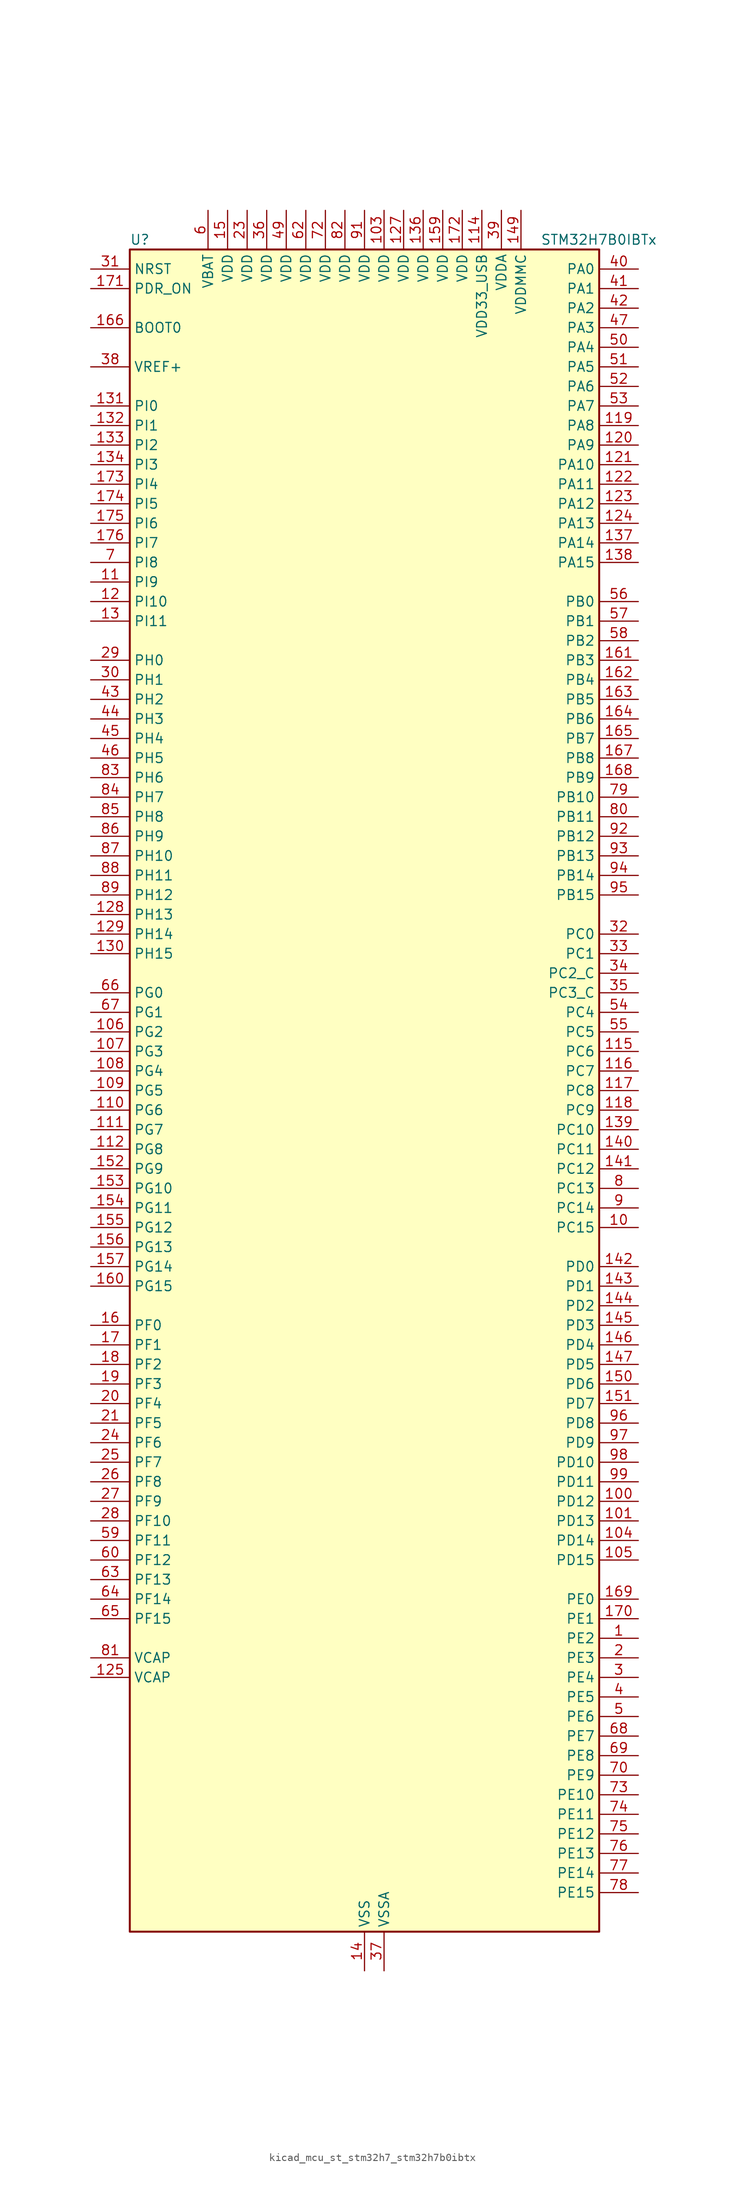
<source format=kicad_sym>
(kicad_symbol_lib
  (version 20220914)
  (generator kicad_symbol_editor)
  (symbol "kicad_mcu_st_stm32h7_stm32h7b0ibtx"
    (property "Reference" "U"
      (at -30.48 110.49 0)
      (effects (font (size 1.27 1.27)) (justify left)))
    (property "Value" "STM32H7B0IBTx"
      (at 22.86 110.49 0)
      (effects (font (size 1.27 1.27)) (justify left)))
    (property "ki_locked" ""
      (at 0 0 0)
      (effects (font (size 1.27 1.27))))
    (symbol "kicad_mcu_st_stm32h7_stm32h7b0ibtx_0_1"
      (rectangle (start -30.48 -109.22) (end 30.48 109.22) (stroke (width 0.254) (type default)) (fill (type background))))
    (symbol "kicad_mcu_st_stm32h7_stm32h7b0ibtx_1_1"
      (pin bidirectional line (at 35.56 -71.12 180) (length 5.08) (name "PE2" (effects (font (size 1.27 1.27)))) (number "1" (effects (font (size 1.27 1.27)))) (alternate "DEBUG_TRACECLK" bidirectional line) (alternate "FMC_A23" bidirectional line) (alternate "OCTOSPIM_P1_IO2" bidirectional line) (alternate "SAI1_CK1" bidirectional line) (alternate "SAI1_MCLK_A" bidirectional line) (alternate "SPI4_SCK" bidirectional line) (alternate "USART10_RX" bidirectional line))
      (pin bidirectional line (at 35.56 -17.78 180) (length 5.08) (name "PC15" (effects (font (size 1.27 1.27)))) (number "10" (effects (font (size 1.27 1.27)))) (alternate "ADC1_EXTI15" bidirectional line) (alternate "ADC2_EXTI15" bidirectional line) (alternate "RCC_OSC32_OUT" bidirectional line))
      (pin bidirectional line (at 35.56 -53.34 180) (length 5.08) (name "PD12" (effects (font (size 1.27 1.27)))) (number "100" (effects (font (size 1.27 1.27)))) (alternate "DCMI_D12" bidirectional line) (alternate "FMC_A17" bidirectional line) (alternate "FMC_ALE" bidirectional line) (alternate "I2C4_SCL" bidirectional line) (alternate "LPTIM1_IN1" bidirectional line) (alternate "LPTIM2_IN1" bidirectional line) (alternate "OCTOSPIM_P1_IO1" bidirectional line) (alternate "PSSI_D12" bidirectional line) (alternate "SAI2_FS_A" bidirectional line) (alternate "TIM4_CH1" bidirectional line) (alternate "USART3_DE" bidirectional line) (alternate "USART3_RTS" bidirectional line))
      (pin bidirectional line (at 35.56 -55.88 180) (length 5.08) (name "PD13" (effects (font (size 1.27 1.27)))) (number "101" (effects (font (size 1.27 1.27)))) (alternate "DCMI_D13" bidirectional line) (alternate "FMC_A18" bidirectional line) (alternate "I2C4_SDA" bidirectional line) (alternate "LPTIM1_OUT" bidirectional line) (alternate "OCTOSPIM_P1_IO3" bidirectional line) (alternate "PSSI_D13" bidirectional line) (alternate "SAI2_SCK_A" bidirectional line) (alternate "TIM4_CH2" bidirectional line) (alternate "UART9_DE" bidirectional line) (alternate "UART9_RTS" bidirectional line))
      (pin passive line (at 0 -114.3 90) (length 5.08) hide (name "VSS" (effects (font (size 1.27 1.27)))) (number "102" (effects (font (size 1.27 1.27)))))
      (pin power_in line (at 2.54 114.3 270) (length 5.08) (name "VDD" (effects (font (size 1.27 1.27)))) (number "103" (effects (font (size 1.27 1.27)))))
      (pin bidirectional line (at 35.56 -58.42 180) (length 5.08) (name "PD14" (effects (font (size 1.27 1.27)))) (number "104" (effects (font (size 1.27 1.27)))) (alternate "FMC_D0" bidirectional line) (alternate "FMC_DA0" bidirectional line) (alternate "TIM4_CH3" bidirectional line) (alternate "UART8_CTS" bidirectional line) (alternate "UART9_RX" bidirectional line))
      (pin bidirectional line (at 35.56 -60.96 180) (length 5.08) (name "PD15" (effects (font (size 1.27 1.27)))) (number "105" (effects (font (size 1.27 1.27)))) (alternate "ADC1_EXTI15" bidirectional line) (alternate "ADC2_EXTI15" bidirectional line) (alternate "FMC_D1" bidirectional line) (alternate "FMC_DA1" bidirectional line) (alternate "TIM4_CH4" bidirectional line) (alternate "UART8_DE" bidirectional line) (alternate "UART8_RTS" bidirectional line) (alternate "UART9_TX" bidirectional line))
      (pin bidirectional line (at -35.56 7.62 0) (length 5.08) (name "PG2" (effects (font (size 1.27 1.27)))) (number "106" (effects (font (size 1.27 1.27)))) (alternate "FMC_A12" bidirectional line) (alternate "TIM8_BKIN" bidirectional line) (alternate "TIM8_BKIN_COMP1" bidirectional line) (alternate "TIM8_BKIN_COMP2" bidirectional line))
      (pin bidirectional line (at -35.56 5.08 0) (length 5.08) (name "PG3" (effects (font (size 1.27 1.27)))) (number "107" (effects (font (size 1.27 1.27)))) (alternate "FMC_A13" bidirectional line) (alternate "TIM8_BKIN2" bidirectional line) (alternate "TIM8_BKIN2_COMP1" bidirectional line) (alternate "TIM8_BKIN2_COMP2" bidirectional line))
      (pin bidirectional line (at -35.56 2.54 0) (length 5.08) (name "PG4" (effects (font (size 1.27 1.27)))) (number "108" (effects (font (size 1.27 1.27)))) (alternate "FMC_A14" bidirectional line) (alternate "FMC_BA0" bidirectional line) (alternate "TIM1_BKIN2" bidirectional line) (alternate "TIM1_BKIN2_COMP1" bidirectional line) (alternate "TIM1_BKIN2_COMP2" bidirectional line))
      (pin bidirectional line (at -35.56 0 0) (length 5.08) (name "PG5" (effects (font (size 1.27 1.27)))) (number "109" (effects (font (size 1.27 1.27)))) (alternate "FMC_A15" bidirectional line) (alternate "FMC_BA1" bidirectional line) (alternate "TIM1_ETR" bidirectional line))
      (pin bidirectional line (at -35.56 66.04 0) (length 5.08) (name "PI9" (effects (font (size 1.27 1.27)))) (number "11" (effects (font (size 1.27 1.27)))) (alternate "DAC1_EXTI9" bidirectional line) (alternate "FDCAN1_RX" bidirectional line) (alternate "FMC_D30" bidirectional line) (alternate "LTDC_VSYNC" bidirectional line) (alternate "OCTOSPIM_P2_IO0" bidirectional line) (alternate "UART4_RX" bidirectional line))
      (pin bidirectional line (at -35.56 -2.54 0) (length 5.08) (name "PG6" (effects (font (size 1.27 1.27)))) (number "110" (effects (font (size 1.27 1.27)))) (alternate "DCMI_D12" bidirectional line) (alternate "FMC_NE3" bidirectional line) (alternate "LTDC_R7" bidirectional line) (alternate "OCTOSPIM_P1_NCS" bidirectional line) (alternate "PSSI_D12" bidirectional line) (alternate "TIM17_BKIN" bidirectional line))
      (pin bidirectional line (at -35.56 -5.08 0) (length 5.08) (name "PG7" (effects (font (size 1.27 1.27)))) (number "111" (effects (font (size 1.27 1.27)))) (alternate "DCMI_D13" bidirectional line) (alternate "FMC_INT" bidirectional line) (alternate "LTDC_CLK" bidirectional line) (alternate "OCTOSPIM_P2_DQS" bidirectional line) (alternate "PSSI_D13" bidirectional line) (alternate "SAI1_MCLK_A" bidirectional line) (alternate "USART6_CK" bidirectional line))
      (pin bidirectional line (at -35.56 -7.62 0) (length 5.08) (name "PG8" (effects (font (size 1.27 1.27)))) (number "112" (effects (font (size 1.27 1.27)))) (alternate "FMC_SDCLK" bidirectional line) (alternate "I2S6_WS" bidirectional line) (alternate "LTDC_G7" bidirectional line) (alternate "SPDIFRX_IN2" bidirectional line) (alternate "SPI6_NSS" bidirectional line) (alternate "TIM8_ETR" bidirectional line) (alternate "USART6_DE" bidirectional line) (alternate "USART6_RTS" bidirectional line))
      (pin passive line (at 0 -114.3 90) (length 5.08) hide (name "VSS" (effects (font (size 1.27 1.27)))) (number "113" (effects (font (size 1.27 1.27)))))
      (pin power_in line (at 15.24 114.3 270) (length 5.08) (name "VDD33_USB" (effects (font (size 1.27 1.27)))) (number "114" (effects (font (size 1.27 1.27)))))
      (pin bidirectional line (at 35.56 5.08 180) (length 5.08) (name "PC6" (effects (font (size 1.27 1.27)))) (number "115" (effects (font (size 1.27 1.27)))) (alternate "DCMI_D0" bidirectional line) (alternate "DFSDM1_CKIN3" bidirectional line) (alternate "FMC_NWAIT" bidirectional line) (alternate "I2S2_MCK" bidirectional line) (alternate "LTDC_HSYNC" bidirectional line) (alternate "PSSI_D0" bidirectional line) (alternate "SDMMC1_D0DIR" bidirectional line) (alternate "SDMMC1_D6" bidirectional line) (alternate "SDMMC2_D6" bidirectional line) (alternate "SWPMI1_IO" bidirectional line) (alternate "TIM3_CH1" bidirectional line) (alternate "TIM8_CH1" bidirectional line) (alternate "USART6_TX" bidirectional line))
      (pin bidirectional line (at 35.56 2.54 180) (length 5.08) (name "PC7" (effects (font (size 1.27 1.27)))) (number "116" (effects (font (size 1.27 1.27)))) (alternate "DCMI_D1" bidirectional line) (alternate "DEBUG_TRGIO" bidirectional line) (alternate "DFSDM1_DATIN3" bidirectional line) (alternate "FMC_NE1" bidirectional line) (alternate "I2S3_MCK" bidirectional line) (alternate "LTDC_G6" bidirectional line) (alternate "PSSI_D1" bidirectional line) (alternate "SDMMC1_D123DIR" bidirectional line) (alternate "SDMMC1_D7" bidirectional line) (alternate "SDMMC2_D7" bidirectional line) (alternate "SWPMI1_TX" bidirectional line) (alternate "TIM3_CH2" bidirectional line) (alternate "TIM8_CH2" bidirectional line) (alternate "USART6_RX" bidirectional line))
      (pin bidirectional line (at 35.56 0 180) (length 5.08) (name "PC8" (effects (font (size 1.27 1.27)))) (number "117" (effects (font (size 1.27 1.27)))) (alternate "DCMI_D2" bidirectional line) (alternate "DEBUG_TRACED1" bidirectional line) (alternate "FMC_INT" bidirectional line) (alternate "FMC_NCE" bidirectional line) (alternate "FMC_NE2" bidirectional line) (alternate "PSSI_D2" bidirectional line) (alternate "SDMMC1_D0" bidirectional line) (alternate "SWPMI1_RX" bidirectional line) (alternate "TIM3_CH3" bidirectional line) (alternate "TIM8_CH3" bidirectional line) (alternate "UART5_DE" bidirectional line) (alternate "UART5_RTS" bidirectional line) (alternate "USART6_CK" bidirectional line))
      (pin bidirectional line (at 35.56 -2.54 180) (length 5.08) (name "PC9" (effects (font (size 1.27 1.27)))) (number "118" (effects (font (size 1.27 1.27)))) (alternate "DAC1_EXTI9" bidirectional line) (alternate "DCMI_D3" bidirectional line) (alternate "I2C3_SDA" bidirectional line) (alternate "I2S_CKIN" bidirectional line) (alternate "LTDC_B2" bidirectional line) (alternate "LTDC_G3" bidirectional line) (alternate "OCTOSPIM_P1_IO0" bidirectional line) (alternate "PSSI_D3" bidirectional line) (alternate "RCC_MCO_2" bidirectional line) (alternate "SDMMC1_D1" bidirectional line) (alternate "SWPMI1_SUSPEND" bidirectional line) (alternate "TIM3_CH4" bidirectional line) (alternate "TIM8_CH4" bidirectional line) (alternate "UART5_CTS" bidirectional line))
      (pin bidirectional line (at 35.56 86.36 180) (length 5.08) (name "PA8" (effects (font (size 1.27 1.27)))) (number "119" (effects (font (size 1.27 1.27)))) (alternate "I2C3_SCL" bidirectional line) (alternate "LTDC_B3" bidirectional line) (alternate "LTDC_R6" bidirectional line) (alternate "RCC_MCO_1" bidirectional line) (alternate "TIM1_CH1" bidirectional line) (alternate "TIM8_BKIN2" bidirectional line) (alternate "TIM8_BKIN2_COMP1" bidirectional line) (alternate "TIM8_BKIN2_COMP2" bidirectional line) (alternate "UART7_RX" bidirectional line) (alternate "USART1_CK" bidirectional line) (alternate "USB_OTG_HS_SOF" bidirectional line))
      (pin bidirectional line (at -35.56 63.5 0) (length 5.08) (name "PI10" (effects (font (size 1.27 1.27)))) (number "12" (effects (font (size 1.27 1.27)))) (alternate "FMC_D31" bidirectional line) (alternate "LTDC_HSYNC" bidirectional line) (alternate "OCTOSPIM_P2_IO1" bidirectional line) (alternate "PSSI_D14" bidirectional line))
      (pin bidirectional line (at 35.56 83.82 180) (length 5.08) (name "PA9" (effects (font (size 1.27 1.27)))) (number "120" (effects (font (size 1.27 1.27)))) (alternate "DAC1_EXTI9" bidirectional line) (alternate "DCMI_D0" bidirectional line) (alternate "I2C3_SMBA" bidirectional line) (alternate "I2S2_CK" bidirectional line) (alternate "LPUART1_TX" bidirectional line) (alternate "LTDC_R5" bidirectional line) (alternate "PSSI_D0" bidirectional line) (alternate "SPI2_SCK" bidirectional line) (alternate "TIM1_CH2" bidirectional line) (alternate "USART1_TX" bidirectional line) (alternate "USB_OTG_HS_VBUS" bidirectional line))
      (pin bidirectional line (at 35.56 81.28 180) (length 5.08) (name "PA10" (effects (font (size 1.27 1.27)))) (number "121" (effects (font (size 1.27 1.27)))) (alternate "DCMI_D1" bidirectional line) (alternate "LPUART1_RX" bidirectional line) (alternate "LTDC_B1" bidirectional line) (alternate "LTDC_B4" bidirectional line) (alternate "MDIOS_MDIO" bidirectional line) (alternate "PSSI_D1" bidirectional line) (alternate "TIM1_CH3" bidirectional line) (alternate "USART1_RX" bidirectional line) (alternate "USB_OTG_HS_ID" bidirectional line))
      (pin bidirectional line (at 35.56 78.74 180) (length 5.08) (name "PA11" (effects (font (size 1.27 1.27)))) (number "122" (effects (font (size 1.27 1.27)))) (alternate "ADC1_EXTI11" bidirectional line) (alternate "ADC2_EXTI11" bidirectional line) (alternate "FDCAN1_RX" bidirectional line) (alternate "I2S2_WS" bidirectional line) (alternate "LPUART1_CTS" bidirectional line) (alternate "LTDC_R4" bidirectional line) (alternate "SPI2_NSS" bidirectional line) (alternate "TIM1_CH4" bidirectional line) (alternate "UART4_RX" bidirectional line) (alternate "USART1_CTS" bidirectional line) (alternate "USART1_NSS" bidirectional line) (alternate "USB_OTG_HS_DM" bidirectional line))
      (pin bidirectional line (at 35.56 76.2 180) (length 5.08) (name "PA12" (effects (font (size 1.27 1.27)))) (number "123" (effects (font (size 1.27 1.27)))) (alternate "FDCAN1_TX" bidirectional line) (alternate "I2S2_CK" bidirectional line) (alternate "LPUART1_DE" bidirectional line) (alternate "LPUART1_RTS" bidirectional line) (alternate "LTDC_R5" bidirectional line) (alternate "SAI2_FS_B" bidirectional line) (alternate "SPI2_SCK" bidirectional line) (alternate "TIM1_ETR" bidirectional line) (alternate "UART4_TX" bidirectional line) (alternate "USART1_DE" bidirectional line) (alternate "USART1_RTS" bidirectional line) (alternate "USB_OTG_HS_DP" bidirectional line))
      (pin bidirectional line (at 35.56 73.66 180) (length 5.08) (name "PA13" (effects (font (size 1.27 1.27)))) (number "124" (effects (font (size 1.27 1.27)))) (alternate "DEBUG_JTMS-SWDIO" bidirectional line))
      (pin power_out line (at -35.56 -76.2 0) (length 5.08) (name "VCAP" (effects (font (size 1.27 1.27)))) (number "125" (effects (font (size 1.27 1.27)))))
      (pin passive line (at 0 -114.3 90) (length 5.08) hide (name "VSS" (effects (font (size 1.27 1.27)))) (number "126" (effects (font (size 1.27 1.27)))))
      (pin power_in line (at 5.08 114.3 270) (length 5.08) (name "VDD" (effects (font (size 1.27 1.27)))) (number "127" (effects (font (size 1.27 1.27)))))
      (pin bidirectional line (at -35.56 22.86 0) (length 5.08) (name "PH13" (effects (font (size 1.27 1.27)))) (number "128" (effects (font (size 1.27 1.27)))) (alternate "FDCAN1_TX" bidirectional line) (alternate "FMC_D21" bidirectional line) (alternate "LTDC_G2" bidirectional line) (alternate "TIM8_CH1N" bidirectional line) (alternate "UART4_TX" bidirectional line))
      (pin bidirectional line (at -35.56 20.32 0) (length 5.08) (name "PH14" (effects (font (size 1.27 1.27)))) (number "129" (effects (font (size 1.27 1.27)))) (alternate "DCMI_D4" bidirectional line) (alternate "FDCAN1_RX" bidirectional line) (alternate "FMC_D22" bidirectional line) (alternate "LTDC_G3" bidirectional line) (alternate "PSSI_D4" bidirectional line) (alternate "TIM8_CH2N" bidirectional line) (alternate "UART4_RX" bidirectional line))
      (pin bidirectional line (at -35.56 60.96 0) (length 5.08) (name "PI11" (effects (font (size 1.27 1.27)))) (number "13" (effects (font (size 1.27 1.27)))) (alternate "ADC1_EXTI11" bidirectional line) (alternate "ADC2_EXTI11" bidirectional line) (alternate "LTDC_G6" bidirectional line) (alternate "OCTOSPIM_P2_IO2" bidirectional line) (alternate "PSSI_D15" bidirectional line) (alternate "PWR_WKUP5" bidirectional line) (alternate "USB_OTG_HS_ULPI_DIR" bidirectional line))
      (pin bidirectional line (at -35.56 17.78 0) (length 5.08) (name "PH15" (effects (font (size 1.27 1.27)))) (number "130" (effects (font (size 1.27 1.27)))) (alternate "ADC1_EXTI15" bidirectional line) (alternate "ADC2_EXTI15" bidirectional line) (alternate "DCMI_D11" bidirectional line) (alternate "FMC_D23" bidirectional line) (alternate "LTDC_G4" bidirectional line) (alternate "PSSI_D11" bidirectional line) (alternate "TIM8_CH3N" bidirectional line))
      (pin bidirectional line (at -35.56 88.9 0) (length 5.08) (name "PI0" (effects (font (size 1.27 1.27)))) (number "131" (effects (font (size 1.27 1.27)))) (alternate "DCMI_D13" bidirectional line) (alternate "FMC_D24" bidirectional line) (alternate "I2S2_WS" bidirectional line) (alternate "LTDC_G5" bidirectional line) (alternate "PSSI_D13" bidirectional line) (alternate "SPI2_NSS" bidirectional line) (alternate "TIM5_CH4" bidirectional line))
      (pin bidirectional line (at -35.56 86.36 0) (length 5.08) (name "PI1" (effects (font (size 1.27 1.27)))) (number "132" (effects (font (size 1.27 1.27)))) (alternate "DCMI_D8" bidirectional line) (alternate "FMC_D25" bidirectional line) (alternate "I2S2_CK" bidirectional line) (alternate "LTDC_G6" bidirectional line) (alternate "PSSI_D8" bidirectional line) (alternate "SPI2_SCK" bidirectional line) (alternate "TIM8_BKIN2" bidirectional line) (alternate "TIM8_BKIN2_COMP1" bidirectional line) (alternate "TIM8_BKIN2_COMP2" bidirectional line))
      (pin bidirectional line (at -35.56 83.82 0) (length 5.08) (name "PI2" (effects (font (size 1.27 1.27)))) (number "133" (effects (font (size 1.27 1.27)))) (alternate "DCMI_D9" bidirectional line) (alternate "FMC_D26" bidirectional line) (alternate "I2S2_SDI" bidirectional line) (alternate "LTDC_G7" bidirectional line) (alternate "PSSI_D9" bidirectional line) (alternate "SPI2_MISO" bidirectional line) (alternate "TIM8_CH4" bidirectional line))
      (pin bidirectional line (at -35.56 81.28 0) (length 5.08) (name "PI3" (effects (font (size 1.27 1.27)))) (number "134" (effects (font (size 1.27 1.27)))) (alternate "DCMI_D10" bidirectional line) (alternate "FMC_D27" bidirectional line) (alternate "I2S2_SDO" bidirectional line) (alternate "PSSI_D10" bidirectional line) (alternate "SPI2_MOSI" bidirectional line) (alternate "TIM8_ETR" bidirectional line))
      (pin passive line (at 0 -114.3 90) (length 5.08) hide (name "VSS" (effects (font (size 1.27 1.27)))) (number "135" (effects (font (size 1.27 1.27)))))
      (pin power_in line (at 7.62 114.3 270) (length 5.08) (name "VDD" (effects (font (size 1.27 1.27)))) (number "136" (effects (font (size 1.27 1.27)))))
      (pin bidirectional line (at 35.56 71.12 180) (length 5.08) (name "PA14" (effects (font (size 1.27 1.27)))) (number "137" (effects (font (size 1.27 1.27)))) (alternate "DEBUG_JTCK-SWCLK" bidirectional line))
      (pin bidirectional line (at 35.56 68.58 180) (length 5.08) (name "PA15" (effects (font (size 1.27 1.27)))) (number "138" (effects (font (size 1.27 1.27)))) (alternate "ADC1_EXTI15" bidirectional line) (alternate "ADC2_EXTI15" bidirectional line) (alternate "CEC" bidirectional line) (alternate "DEBUG_JTDI" bidirectional line) (alternate "I2S1_WS" bidirectional line) (alternate "I2S3_WS" bidirectional line) (alternate "I2S6_WS" bidirectional line) (alternate "LTDC_B6" bidirectional line) (alternate "LTDC_R3" bidirectional line) (alternate "SPI1_NSS" bidirectional line) (alternate "SPI3_NSS" bidirectional line) (alternate "SPI6_NSS" bidirectional line) (alternate "TIM2_CH1" bidirectional line) (alternate "TIM2_ETR" bidirectional line) (alternate "UART4_DE" bidirectional line) (alternate "UART4_RTS" bidirectional line) (alternate "UART7_TX" bidirectional line))
      (pin bidirectional line (at 35.56 -5.08 180) (length 5.08) (name "PC10" (effects (font (size 1.27 1.27)))) (number "139" (effects (font (size 1.27 1.27)))) (alternate "DCMI_D8" bidirectional line) (alternate "DFSDM1_CKIN5" bidirectional line) (alternate "DFSDM2_CKIN0" bidirectional line) (alternate "I2S3_CK" bidirectional line) (alternate "LTDC_B1" bidirectional line) (alternate "LTDC_R2" bidirectional line) (alternate "OCTOSPIM_P1_IO1" bidirectional line) (alternate "PSSI_D8" bidirectional line) (alternate "SDMMC1_D2" bidirectional line) (alternate "SPI3_SCK" bidirectional line) (alternate "SWPMI1_RX" bidirectional line) (alternate "UART4_TX" bidirectional line) (alternate "USART3_TX" bidirectional line))
      (pin power_in line (at 0 -114.3 90) (length 5.08) (name "VSS" (effects (font (size 1.27 1.27)))) (number "14" (effects (font (size 1.27 1.27)))))
      (pin bidirectional line (at 35.56 -7.62 180) (length 5.08) (name "PC11" (effects (font (size 1.27 1.27)))) (number "140" (effects (font (size 1.27 1.27)))) (alternate "ADC1_EXTI11" bidirectional line) (alternate "ADC2_EXTI11" bidirectional line) (alternate "DCMI_D4" bidirectional line) (alternate "DFSDM1_DATIN5" bidirectional line) (alternate "DFSDM2_DATIN0" bidirectional line) (alternate "I2S3_SDI" bidirectional line) (alternate "LTDC_B4" bidirectional line) (alternate "OCTOSPIM_P1_NCS" bidirectional line) (alternate "PSSI_D4" bidirectional line) (alternate "SDMMC1_D3" bidirectional line) (alternate "SPI3_MISO" bidirectional line) (alternate "UART4_RX" bidirectional line) (alternate "USART3_RX" bidirectional line))
      (pin bidirectional line (at 35.56 -10.16 180) (length 5.08) (name "PC12" (effects (font (size 1.27 1.27)))) (number "141" (effects (font (size 1.27 1.27)))) (alternate "DCMI_D9" bidirectional line) (alternate "DEBUG_TRACED3" bidirectional line) (alternate "DFSDM2_CKOUT" bidirectional line) (alternate "I2S3_SDO" bidirectional line) (alternate "I2S6_CK" bidirectional line) (alternate "LTDC_R6" bidirectional line) (alternate "PSSI_D9" bidirectional line) (alternate "SDMMC1_CK" bidirectional line) (alternate "SPI3_MOSI" bidirectional line) (alternate "SPI6_SCK" bidirectional line) (alternate "TIM15_CH1" bidirectional line) (alternate "UART5_TX" bidirectional line) (alternate "USART3_CK" bidirectional line))
      (pin bidirectional line (at 35.56 -22.86 180) (length 5.08) (name "PD0" (effects (font (size 1.27 1.27)))) (number "142" (effects (font (size 1.27 1.27)))) (alternate "DFSDM1_CKIN6" bidirectional line) (alternate "FDCAN1_RX" bidirectional line) (alternate "FMC_D2" bidirectional line) (alternate "FMC_DA2" bidirectional line) (alternate "LTDC_B1" bidirectional line) (alternate "UART4_RX" bidirectional line) (alternate "UART9_CTS" bidirectional line))
      (pin bidirectional line (at 35.56 -25.4 180) (length 5.08) (name "PD1" (effects (font (size 1.27 1.27)))) (number "143" (effects (font (size 1.27 1.27)))) (alternate "DFSDM1_DATIN6" bidirectional line) (alternate "FDCAN1_TX" bidirectional line) (alternate "FMC_D3" bidirectional line) (alternate "FMC_DA3" bidirectional line) (alternate "UART4_TX" bidirectional line))
      (pin bidirectional line (at 35.56 -27.94 180) (length 5.08) (name "PD2" (effects (font (size 1.27 1.27)))) (number "144" (effects (font (size 1.27 1.27)))) (alternate "DCMI_D11" bidirectional line) (alternate "DEBUG_TRACED2" bidirectional line) (alternate "LTDC_B2" bidirectional line) (alternate "LTDC_B7" bidirectional line) (alternate "PSSI_D11" bidirectional line) (alternate "SDMMC1_CMD" bidirectional line) (alternate "TIM15_BKIN" bidirectional line) (alternate "TIM3_ETR" bidirectional line) (alternate "UART5_RX" bidirectional line))
      (pin bidirectional line (at 35.56 -30.48 180) (length 5.08) (name "PD3" (effects (font (size 1.27 1.27)))) (number "145" (effects (font (size 1.27 1.27)))) (alternate "DCMI_D5" bidirectional line) (alternate "DFSDM1_CKOUT" bidirectional line) (alternate "FMC_CLK" bidirectional line) (alternate "I2S2_CK" bidirectional line) (alternate "LTDC_G7" bidirectional line) (alternate "PSSI_D5" bidirectional line) (alternate "SPI2_SCK" bidirectional line) (alternate "USART2_CTS" bidirectional line) (alternate "USART2_NSS" bidirectional line))
      (pin bidirectional line (at 35.56 -33.02 180) (length 5.08) (name "PD4" (effects (font (size 1.27 1.27)))) (number "146" (effects (font (size 1.27 1.27)))) (alternate "FMC_NOE" bidirectional line) (alternate "OCTOSPIM_P1_IO4" bidirectional line) (alternate "USART2_DE" bidirectional line) (alternate "USART2_RTS" bidirectional line))
      (pin bidirectional line (at 35.56 -35.56 180) (length 5.08) (name "PD5" (effects (font (size 1.27 1.27)))) (number "147" (effects (font (size 1.27 1.27)))) (alternate "FMC_NWE" bidirectional line) (alternate "OCTOSPIM_P1_IO5" bidirectional line) (alternate "USART2_TX" bidirectional line))
      (pin passive line (at 0 -114.3 90) (length 5.08) hide (name "VSS" (effects (font (size 1.27 1.27)))) (number "148" (effects (font (size 1.27 1.27)))))
      (pin power_in line (at 20.32 114.3 270) (length 5.08) (name "VDDMMC" (effects (font (size 1.27 1.27)))) (number "149" (effects (font (size 1.27 1.27)))))
      (pin power_in line (at -17.78 114.3 270) (length 5.08) (name "VDD" (effects (font (size 1.27 1.27)))) (number "15" (effects (font (size 1.27 1.27)))))
      (pin bidirectional line (at 35.56 -38.1 180) (length 5.08) (name "PD6" (effects (font (size 1.27 1.27)))) (number "150" (effects (font (size 1.27 1.27)))) (alternate "DCMI_D10" bidirectional line) (alternate "DFSDM1_CKIN4" bidirectional line) (alternate "DFSDM1_DATIN1" bidirectional line) (alternate "FMC_NWAIT" bidirectional line) (alternate "I2S3_SDO" bidirectional line) (alternate "LTDC_B2" bidirectional line) (alternate "OCTOSPIM_P1_IO6" bidirectional line) (alternate "PSSI_D10" bidirectional line) (alternate "SAI1_D1" bidirectional line) (alternate "SAI1_SD_A" bidirectional line) (alternate "SDMMC2_CK" bidirectional line) (alternate "SPI3_MOSI" bidirectional line) (alternate "USART2_RX" bidirectional line))
      (pin bidirectional line (at 35.56 -40.64 180) (length 5.08) (name "PD7" (effects (font (size 1.27 1.27)))) (number "151" (effects (font (size 1.27 1.27)))) (alternate "DFSDM1_CKIN1" bidirectional line) (alternate "DFSDM1_DATIN4" bidirectional line) (alternate "FMC_NE1" bidirectional line) (alternate "I2S1_SDO" bidirectional line) (alternate "OCTOSPIM_P1_IO7" bidirectional line) (alternate "SDMMC2_CMD" bidirectional line) (alternate "SPDIFRX_IN0" bidirectional line) (alternate "SPI1_MOSI" bidirectional line) (alternate "USART2_CK" bidirectional line))
      (pin bidirectional line (at -35.56 -10.16 0) (length 5.08) (name "PG9" (effects (font (size 1.27 1.27)))) (number "152" (effects (font (size 1.27 1.27)))) (alternate "DAC1_EXTI9" bidirectional line) (alternate "DCMI_VSYNC" bidirectional line) (alternate "FMC_NCE" bidirectional line) (alternate "FMC_NE2" bidirectional line) (alternate "I2S1_SDI" bidirectional line) (alternate "OCTOSPIM_P1_IO6" bidirectional line) (alternate "PSSI_RDY" bidirectional line) (alternate "SAI2_FS_B" bidirectional line) (alternate "SDMMC2_D0" bidirectional line) (alternate "SPDIFRX_IN3" bidirectional line) (alternate "SPI1_MISO" bidirectional line) (alternate "USART6_RX" bidirectional line))
      (pin bidirectional line (at -35.56 -12.7 0) (length 5.08) (name "PG10" (effects (font (size 1.27 1.27)))) (number "153" (effects (font (size 1.27 1.27)))) (alternate "DCMI_D2" bidirectional line) (alternate "FMC_NE3" bidirectional line) (alternate "I2S1_WS" bidirectional line) (alternate "LTDC_B2" bidirectional line) (alternate "LTDC_G3" bidirectional line) (alternate "OCTOSPIM_P2_IO6" bidirectional line) (alternate "PSSI_D2" bidirectional line) (alternate "SAI2_SD_B" bidirectional line) (alternate "SDMMC2_D1" bidirectional line) (alternate "SPI1_NSS" bidirectional line))
      (pin bidirectional line (at -35.56 -15.24 0) (length 5.08) (name "PG11" (effects (font (size 1.27 1.27)))) (number "154" (effects (font (size 1.27 1.27)))) (alternate "ADC1_EXTI11" bidirectional line) (alternate "ADC2_EXTI11" bidirectional line) (alternate "DCMI_D3" bidirectional line) (alternate "I2S1_CK" bidirectional line) (alternate "LPTIM1_IN2" bidirectional line) (alternate "LTDC_B3" bidirectional line) (alternate "OCTOSPIM_P2_IO7" bidirectional line) (alternate "PSSI_D3" bidirectional line) (alternate "SDMMC2_D2" bidirectional line) (alternate "SPDIFRX_IN0" bidirectional line) (alternate "SPI1_SCK" bidirectional line) (alternate "USART10_RX" bidirectional line))
      (pin bidirectional line (at -35.56 -17.78 0) (length 5.08) (name "PG12" (effects (font (size 1.27 1.27)))) (number "155" (effects (font (size 1.27 1.27)))) (alternate "FMC_NE4" bidirectional line) (alternate "I2S6_SDI" bidirectional line) (alternate "LPTIM1_IN1" bidirectional line) (alternate "LTDC_B1" bidirectional line) (alternate "LTDC_B4" bidirectional line) (alternate "OCTOSPIM_P2_NCS" bidirectional line) (alternate "SDMMC2_D3" bidirectional line) (alternate "SPDIFRX_IN1" bidirectional line) (alternate "SPI6_MISO" bidirectional line) (alternate "USART10_TX" bidirectional line) (alternate "USART6_DE" bidirectional line) (alternate "USART6_RTS" bidirectional line))
      (pin bidirectional line (at -35.56 -20.32 0) (length 5.08) (name "PG13" (effects (font (size 1.27 1.27)))) (number "156" (effects (font (size 1.27 1.27)))) (alternate "DEBUG_TRACED0" bidirectional line) (alternate "FMC_A24" bidirectional line) (alternate "I2S6_CK" bidirectional line) (alternate "LPTIM1_OUT" bidirectional line) (alternate "LTDC_R0" bidirectional line) (alternate "SDMMC2_D6" bidirectional line) (alternate "SPI6_SCK" bidirectional line) (alternate "USART10_CTS" bidirectional line) (alternate "USART10_NSS" bidirectional line) (alternate "USART6_CTS" bidirectional line) (alternate "USART6_NSS" bidirectional line))
      (pin bidirectional line (at -35.56 -22.86 0) (length 5.08) (name "PG14" (effects (font (size 1.27 1.27)))) (number "157" (effects (font (size 1.27 1.27)))) (alternate "DEBUG_TRACED1" bidirectional line) (alternate "FMC_A25" bidirectional line) (alternate "I2S6_SDO" bidirectional line) (alternate "LPTIM1_ETR" bidirectional line) (alternate "LTDC_B0" bidirectional line) (alternate "OCTOSPIM_P1_IO7" bidirectional line) (alternate "SDMMC2_D7" bidirectional line) (alternate "SPI6_MOSI" bidirectional line) (alternate "USART10_DE" bidirectional line) (alternate "USART10_RTS" bidirectional line) (alternate "USART6_TX" bidirectional line))
      (pin passive line (at 0 -114.3 90) (length 5.08) hide (name "VSS" (effects (font (size 1.27 1.27)))) (number "158" (effects (font (size 1.27 1.27)))))
      (pin power_in line (at 10.16 114.3 270) (length 5.08) (name "VDD" (effects (font (size 1.27 1.27)))) (number "159" (effects (font (size 1.27 1.27)))))
      (pin bidirectional line (at -35.56 -30.48 0) (length 5.08) (name "PF0" (effects (font (size 1.27 1.27)))) (number "16" (effects (font (size 1.27 1.27)))) (alternate "FMC_A0" bidirectional line) (alternate "I2C2_SDA" bidirectional line) (alternate "OCTOSPIM_P2_IO0" bidirectional line))
      (pin bidirectional line (at -35.56 -25.4 0) (length 5.08) (name "PG15" (effects (font (size 1.27 1.27)))) (number "160" (effects (font (size 1.27 1.27)))) (alternate "ADC1_EXTI15" bidirectional line) (alternate "ADC2_EXTI15" bidirectional line) (alternate "DCMI_D13" bidirectional line) (alternate "FMC_SDNCAS" bidirectional line) (alternate "OCTOSPIM_P2_DQS" bidirectional line) (alternate "PSSI_D13" bidirectional line) (alternate "USART10_CK" bidirectional line) (alternate "USART6_CTS" bidirectional line) (alternate "USART6_NSS" bidirectional line))
      (pin bidirectional line (at 35.56 55.88 180) (length 5.08) (name "PB3" (effects (font (size 1.27 1.27)))) (number "161" (effects (font (size 1.27 1.27)))) (alternate "CRS_SYNC" bidirectional line) (alternate "DEBUG_JTDO-SWO" bidirectional line) (alternate "I2S1_CK" bidirectional line) (alternate "I2S3_CK" bidirectional line) (alternate "I2S6_CK" bidirectional line) (alternate "SDMMC2_D2" bidirectional line) (alternate "SPI1_SCK" bidirectional line) (alternate "SPI3_SCK" bidirectional line) (alternate "SPI6_SCK" bidirectional line) (alternate "TIM2_CH2" bidirectional line) (alternate "UART7_RX" bidirectional line))
      (pin bidirectional line (at 35.56 53.34 180) (length 5.08) (name "PB4" (effects (font (size 1.27 1.27)))) (number "162" (effects (font (size 1.27 1.27)))) (alternate "DEBUG_JTRST" bidirectional line) (alternate "I2S1_SDI" bidirectional line) (alternate "I2S2_WS" bidirectional line) (alternate "I2S3_SDI" bidirectional line) (alternate "I2S6_SDI" bidirectional line) (alternate "SDMMC2_D3" bidirectional line) (alternate "SPI1_MISO" bidirectional line) (alternate "SPI2_NSS" bidirectional line) (alternate "SPI3_MISO" bidirectional line) (alternate "SPI6_MISO" bidirectional line) (alternate "TIM16_BKIN" bidirectional line) (alternate "TIM3_CH1" bidirectional line) (alternate "UART7_TX" bidirectional line))
      (pin bidirectional line (at 35.56 50.8 180) (length 5.08) (name "PB5" (effects (font (size 1.27 1.27)))) (number "163" (effects (font (size 1.27 1.27)))) (alternate "DCMI_D10" bidirectional line) (alternate "FDCAN2_RX" bidirectional line) (alternate "FMC_SDCKE1" bidirectional line) (alternate "I2C1_SMBA" bidirectional line) (alternate "I2C4_SMBA" bidirectional line) (alternate "I2S1_SDO" bidirectional line) (alternate "I2S3_SDO" bidirectional line) (alternate "I2S6_SDO" bidirectional line) (alternate "LTDC_B5" bidirectional line) (alternate "PSSI_D10" bidirectional line) (alternate "SPI1_MOSI" bidirectional line) (alternate "SPI3_MOSI" bidirectional line) (alternate "SPI6_MOSI" bidirectional line) (alternate "TIM17_BKIN" bidirectional line) (alternate "TIM3_CH2" bidirectional line) (alternate "UART5_RX" bidirectional line) (alternate "USB_OTG_HS_ULPI_D7" bidirectional line))
      (pin bidirectional line (at 35.56 48.26 180) (length 5.08) (name "PB6" (effects (font (size 1.27 1.27)))) (number "164" (effects (font (size 1.27 1.27)))) (alternate "CEC" bidirectional line) (alternate "DCMI_D5" bidirectional line) (alternate "DFSDM1_DATIN5" bidirectional line) (alternate "FDCAN2_TX" bidirectional line) (alternate "FMC_SDNE1" bidirectional line) (alternate "I2C1_SCL" bidirectional line) (alternate "I2C4_SCL" bidirectional line) (alternate "LPUART1_TX" bidirectional line) (alternate "OCTOSPIM_P1_NCS" bidirectional line) (alternate "PSSI_D5" bidirectional line) (alternate "TIM16_CH1N" bidirectional line) (alternate "TIM4_CH1" bidirectional line) (alternate "UART5_TX" bidirectional line) (alternate "USART1_TX" bidirectional line))
      (pin bidirectional line (at 35.56 45.72 180) (length 5.08) (name "PB7" (effects (font (size 1.27 1.27)))) (number "165" (effects (font (size 1.27 1.27)))) (alternate "DCMI_VSYNC" bidirectional line) (alternate "DFSDM1_CKIN5" bidirectional line) (alternate "FMC_NL" bidirectional line) (alternate "I2C1_SDA" bidirectional line) (alternate "I2C4_SDA" bidirectional line) (alternate "LPUART1_RX" bidirectional line) (alternate "PSSI_RDY" bidirectional line) (alternate "PWR_PVD_IN" bidirectional line) (alternate "TIM17_CH1N" bidirectional line) (alternate "TIM4_CH2" bidirectional line) (alternate "USART1_RX" bidirectional line))
      (pin input line (at -35.56 99.06 0) (length 5.08) (name "BOOT0" (effects (font (size 1.27 1.27)))) (number "166" (effects (font (size 1.27 1.27)))))
      (pin bidirectional line (at 35.56 43.18 180) (length 5.08) (name "PB8" (effects (font (size 1.27 1.27)))) (number "167" (effects (font (size 1.27 1.27)))) (alternate "DCMI_D6" bidirectional line) (alternate "DFSDM1_CKIN7" bidirectional line) (alternate "FDCAN1_RX" bidirectional line) (alternate "I2C1_SCL" bidirectional line) (alternate "I2C4_SCL" bidirectional line) (alternate "LTDC_B6" bidirectional line) (alternate "PSSI_D6" bidirectional line) (alternate "SDMMC1_CKIN" bidirectional line) (alternate "SDMMC1_D4" bidirectional line) (alternate "SDMMC2_D4" bidirectional line) (alternate "TIM16_CH1" bidirectional line) (alternate "TIM4_CH3" bidirectional line) (alternate "UART4_RX" bidirectional line))
      (pin bidirectional line (at 35.56 40.64 180) (length 5.08) (name "PB9" (effects (font (size 1.27 1.27)))) (number "168" (effects (font (size 1.27 1.27)))) (alternate "DAC1_EXTI9" bidirectional line) (alternate "DCMI_D7" bidirectional line) (alternate "DFSDM1_DATIN7" bidirectional line) (alternate "FDCAN1_TX" bidirectional line) (alternate "I2C1_SDA" bidirectional line) (alternate "I2C4_SDA" bidirectional line) (alternate "I2C4_SMBA" bidirectional line) (alternate "I2S2_WS" bidirectional line) (alternate "LTDC_B7" bidirectional line) (alternate "PSSI_D7" bidirectional line) (alternate "SDMMC1_CDIR" bidirectional line) (alternate "SDMMC1_D5" bidirectional line) (alternate "SDMMC2_D5" bidirectional line) (alternate "SPI2_NSS" bidirectional line) (alternate "TIM17_CH1" bidirectional line) (alternate "TIM4_CH4" bidirectional line) (alternate "UART4_TX" bidirectional line))
      (pin bidirectional line (at 35.56 -66.04 180) (length 5.08) (name "PE0" (effects (font (size 1.27 1.27)))) (number "169" (effects (font (size 1.27 1.27)))) (alternate "DCMI_D2" bidirectional line) (alternate "FMC_NBL0" bidirectional line) (alternate "LPTIM1_ETR" bidirectional line) (alternate "LPTIM2_ETR" bidirectional line) (alternate "LTDC_R0" bidirectional line) (alternate "PSSI_D2" bidirectional line) (alternate "SAI2_MCLK_A" bidirectional line) (alternate "TIM4_ETR" bidirectional line) (alternate "UART8_RX" bidirectional line))
      (pin bidirectional line (at -35.56 -33.02 0) (length 5.08) (name "PF1" (effects (font (size 1.27 1.27)))) (number "17" (effects (font (size 1.27 1.27)))) (alternate "FMC_A1" bidirectional line) (alternate "I2C2_SCL" bidirectional line) (alternate "OCTOSPIM_P2_IO1" bidirectional line))
      (pin bidirectional line (at 35.56 -68.58 180) (length 5.08) (name "PE1" (effects (font (size 1.27 1.27)))) (number "170" (effects (font (size 1.27 1.27)))) (alternate "DCMI_D3" bidirectional line) (alternate "FMC_NBL1" bidirectional line) (alternate "LPTIM1_IN2" bidirectional line) (alternate "LTDC_R6" bidirectional line) (alternate "PSSI_D3" bidirectional line) (alternate "UART8_TX" bidirectional line))
      (pin input line (at -35.56 104.14 0) (length 5.08) (name "PDR_ON" (effects (font (size 1.27 1.27)))) (number "171" (effects (font (size 1.27 1.27)))))
      (pin power_in line (at 12.7 114.3 270) (length 5.08) (name "VDD" (effects (font (size 1.27 1.27)))) (number "172" (effects (font (size 1.27 1.27)))))
      (pin bidirectional line (at -35.56 78.74 0) (length 5.08) (name "PI4" (effects (font (size 1.27 1.27)))) (number "173" (effects (font (size 1.27 1.27)))) (alternate "DCMI_D5" bidirectional line) (alternate "FMC_NBL2" bidirectional line) (alternate "LTDC_B4" bidirectional line) (alternate "PSSI_D5" bidirectional line) (alternate "SAI2_MCLK_A" bidirectional line) (alternate "TIM8_BKIN" bidirectional line) (alternate "TIM8_BKIN_COMP1" bidirectional line) (alternate "TIM8_BKIN_COMP2" bidirectional line))
      (pin bidirectional line (at -35.56 76.2 0) (length 5.08) (name "PI5" (effects (font (size 1.27 1.27)))) (number "174" (effects (font (size 1.27 1.27)))) (alternate "DCMI_VSYNC" bidirectional line) (alternate "FMC_NBL3" bidirectional line) (alternate "LTDC_B5" bidirectional line) (alternate "PSSI_RDY" bidirectional line) (alternate "SAI2_SCK_A" bidirectional line) (alternate "TIM8_CH1" bidirectional line))
      (pin bidirectional line (at -35.56 73.66 0) (length 5.08) (name "PI6" (effects (font (size 1.27 1.27)))) (number "175" (effects (font (size 1.27 1.27)))) (alternate "DCMI_D6" bidirectional line) (alternate "FMC_D28" bidirectional line) (alternate "LTDC_B6" bidirectional line) (alternate "PSSI_D6" bidirectional line) (alternate "SAI2_SD_A" bidirectional line) (alternate "TIM8_CH2" bidirectional line))
      (pin bidirectional line (at -35.56 71.12 0) (length 5.08) (name "PI7" (effects (font (size 1.27 1.27)))) (number "176" (effects (font (size 1.27 1.27)))) (alternate "DCMI_D7" bidirectional line) (alternate "FMC_D29" bidirectional line) (alternate "LTDC_B7" bidirectional line) (alternate "PSSI_D7" bidirectional line) (alternate "SAI2_FS_A" bidirectional line) (alternate "TIM8_CH3" bidirectional line))
      (pin bidirectional line (at -35.56 -35.56 0) (length 5.08) (name "PF2" (effects (font (size 1.27 1.27)))) (number "18" (effects (font (size 1.27 1.27)))) (alternate "FMC_A2" bidirectional line) (alternate "I2C2_SMBA" bidirectional line) (alternate "OCTOSPIM_P2_IO2" bidirectional line))
      (pin bidirectional line (at -35.56 -38.1 0) (length 5.08) (name "PF3" (effects (font (size 1.27 1.27)))) (number "19" (effects (font (size 1.27 1.27)))) (alternate "FMC_A3" bidirectional line) (alternate "OCTOSPIM_P2_IO3" bidirectional line))
      (pin bidirectional line (at 35.56 -73.66 180) (length 5.08) (name "PE3" (effects (font (size 1.27 1.27)))) (number "2" (effects (font (size 1.27 1.27)))) (alternate "DEBUG_TRACED0" bidirectional line) (alternate "FMC_A19" bidirectional line) (alternate "SAI1_SD_B" bidirectional line) (alternate "TIM15_BKIN" bidirectional line) (alternate "USART10_TX" bidirectional line))
      (pin bidirectional line (at -35.56 -40.64 0) (length 5.08) (name "PF4" (effects (font (size 1.27 1.27)))) (number "20" (effects (font (size 1.27 1.27)))) (alternate "FMC_A4" bidirectional line) (alternate "OCTOSPIM_P2_CLK" bidirectional line))
      (pin bidirectional line (at -35.56 -43.18 0) (length 5.08) (name "PF5" (effects (font (size 1.27 1.27)))) (number "21" (effects (font (size 1.27 1.27)))) (alternate "FMC_A5" bidirectional line) (alternate "OCTOSPIM_P2_NCLK" bidirectional line))
      (pin passive line (at 0 -114.3 90) (length 5.08) hide (name "VSS" (effects (font (size 1.27 1.27)))) (number "22" (effects (font (size 1.27 1.27)))))
      (pin power_in line (at -15.24 114.3 270) (length 5.08) (name "VDD" (effects (font (size 1.27 1.27)))) (number "23" (effects (font (size 1.27 1.27)))))
      (pin bidirectional line (at -35.56 -45.72 0) (length 5.08) (name "PF6" (effects (font (size 1.27 1.27)))) (number "24" (effects (font (size 1.27 1.27)))) (alternate "OCTOSPIM_P1_IO3" bidirectional line) (alternate "SAI1_SD_B" bidirectional line) (alternate "SPI5_NSS" bidirectional line) (alternate "TIM16_CH1" bidirectional line) (alternate "UART7_RX" bidirectional line))
      (pin bidirectional line (at -35.56 -48.26 0) (length 5.08) (name "PF7" (effects (font (size 1.27 1.27)))) (number "25" (effects (font (size 1.27 1.27)))) (alternate "OCTOSPIM_P1_IO2" bidirectional line) (alternate "SAI1_MCLK_B" bidirectional line) (alternate "SPI5_SCK" bidirectional line) (alternate "TIM17_CH1" bidirectional line) (alternate "UART7_TX" bidirectional line))
      (pin bidirectional line (at -35.56 -50.8 0) (length 5.08) (name "PF8" (effects (font (size 1.27 1.27)))) (number "26" (effects (font (size 1.27 1.27)))) (alternate "OCTOSPIM_P1_IO0" bidirectional line) (alternate "SAI1_SCK_B" bidirectional line) (alternate "SPI5_MISO" bidirectional line) (alternate "TIM13_CH1" bidirectional line) (alternate "TIM16_CH1N" bidirectional line) (alternate "UART7_DE" bidirectional line) (alternate "UART7_RTS" bidirectional line))
      (pin bidirectional line (at -35.56 -53.34 0) (length 5.08) (name "PF9" (effects (font (size 1.27 1.27)))) (number "27" (effects (font (size 1.27 1.27)))) (alternate "DAC1_EXTI9" bidirectional line) (alternate "OCTOSPIM_P1_IO1" bidirectional line) (alternate "SAI1_FS_B" bidirectional line) (alternate "SPI5_MOSI" bidirectional line) (alternate "TIM14_CH1" bidirectional line) (alternate "TIM17_CH1N" bidirectional line) (alternate "UART7_CTS" bidirectional line))
      (pin bidirectional line (at -35.56 -55.88 0) (length 5.08) (name "PF10" (effects (font (size 1.27 1.27)))) (number "28" (effects (font (size 1.27 1.27)))) (alternate "DCMI_D11" bidirectional line) (alternate "LTDC_DE" bidirectional line) (alternate "OCTOSPIM_P1_CLK" bidirectional line) (alternate "PSSI_D11" bidirectional line) (alternate "PSSI_D15" bidirectional line) (alternate "SAI1_D3" bidirectional line) (alternate "TIM16_BKIN" bidirectional line))
      (pin bidirectional line (at -35.56 55.88 0) (length 5.08) (name "PH0" (effects (font (size 1.27 1.27)))) (number "29" (effects (font (size 1.27 1.27)))) (alternate "RCC_OSC_IN" bidirectional line))
      (pin bidirectional line (at 35.56 -76.2 180) (length 5.08) (name "PE4" (effects (font (size 1.27 1.27)))) (number "3" (effects (font (size 1.27 1.27)))) (alternate "DCMI_D4" bidirectional line) (alternate "DEBUG_TRACED1" bidirectional line) (alternate "DFSDM1_DATIN3" bidirectional line) (alternate "FMC_A20" bidirectional line) (alternate "LTDC_B0" bidirectional line) (alternate "PSSI_D4" bidirectional line) (alternate "SAI1_D2" bidirectional line) (alternate "SAI1_FS_A" bidirectional line) (alternate "SPI4_NSS" bidirectional line) (alternate "TIM15_CH1N" bidirectional line))
      (pin bidirectional line (at -35.56 53.34 0) (length 5.08) (name "PH1" (effects (font (size 1.27 1.27)))) (number "30" (effects (font (size 1.27 1.27)))) (alternate "RCC_OSC_OUT" bidirectional line))
      (pin input line (at -35.56 106.68 0) (length 5.08) (name "NRST" (effects (font (size 1.27 1.27)))) (number "31" (effects (font (size 1.27 1.27)))))
      (pin bidirectional line (at 35.56 20.32 180) (length 5.08) (name "PC0" (effects (font (size 1.27 1.27)))) (number "32" (effects (font (size 1.27 1.27)))) (alternate "ADC1_INP10" bidirectional line) (alternate "ADC2_INP10" bidirectional line) (alternate "DFSDM1_CKIN0" bidirectional line) (alternate "DFSDM1_DATIN4" bidirectional line) (alternate "FMC_A25" bidirectional line) (alternate "FMC_SDNWE" bidirectional line) (alternate "LTDC_G2" bidirectional line) (alternate "LTDC_R5" bidirectional line) (alternate "SAI2_FS_B" bidirectional line) (alternate "USB_OTG_HS_ULPI_STP" bidirectional line))
      (pin bidirectional line (at 35.56 17.78 180) (length 5.08) (name "PC1" (effects (font (size 1.27 1.27)))) (number "33" (effects (font (size 1.27 1.27)))) (alternate "ADC1_INN10" bidirectional line) (alternate "ADC1_INP11" bidirectional line) (alternate "ADC2_INN10" bidirectional line) (alternate "ADC2_INP11" bidirectional line) (alternate "DEBUG_TRACED0" bidirectional line) (alternate "DFSDM1_CKIN4" bidirectional line) (alternate "DFSDM1_DATIN0" bidirectional line) (alternate "I2S2_SDO" bidirectional line) (alternate "LTDC_G5" bidirectional line) (alternate "MDIOS_MDC" bidirectional line) (alternate "OCTOSPIM_P1_IO4" bidirectional line) (alternate "PWR_WKUP6" bidirectional line) (alternate "RTC_TAMP3" bidirectional line) (alternate "SAI1_D1" bidirectional line) (alternate "SAI1_SD_A" bidirectional line) (alternate "SDMMC2_CK" bidirectional line) (alternate "SPI2_MOSI" bidirectional line))
      (pin bidirectional line (at 35.56 15.24 180) (length 5.08) (name "PC2_C" (effects (font (size 1.27 1.27)))) (number "34" (effects (font (size 1.27 1.27)))) (alternate "ADC2_INN1" bidirectional line) (alternate "ADC2_INP0" bidirectional line) (alternate "DFSDM1_CKIN1" bidirectional line) (alternate "DFSDM1_CKOUT" bidirectional line) (alternate "FMC_SDNE0" bidirectional line) (alternate "I2S2_SDI" bidirectional line) (alternate "OCTOSPIM_P1_IO2" bidirectional line) (alternate "OCTOSPIM_P1_IO5" bidirectional line) (alternate "PWR_CSTOP" bidirectional line) (alternate "SPI2_MISO" bidirectional line) (alternate "USB_OTG_HS_ULPI_DIR" bidirectional line))
      (pin bidirectional line (at 35.56 12.7 180) (length 5.08) (name "PC3_C" (effects (font (size 1.27 1.27)))) (number "35" (effects (font (size 1.27 1.27)))) (alternate "ADC2_INP1" bidirectional line) (alternate "DFSDM1_DATIN1" bidirectional line) (alternate "FMC_SDCKE0" bidirectional line) (alternate "I2S2_SDO" bidirectional line) (alternate "OCTOSPIM_P1_IO0" bidirectional line) (alternate "OCTOSPIM_P1_IO6" bidirectional line) (alternate "PWR_CSLEEP" bidirectional line) (alternate "SPI2_MOSI" bidirectional line) (alternate "USB_OTG_HS_ULPI_NXT" bidirectional line))
      (pin power_in line (at -12.7 114.3 270) (length 5.08) (name "VDD" (effects (font (size 1.27 1.27)))) (number "36" (effects (font (size 1.27 1.27)))))
      (pin power_in line (at 2.54 -114.3 90) (length 5.08) (name "VSSA" (effects (font (size 1.27 1.27)))) (number "37" (effects (font (size 1.27 1.27)))))
      (pin input line (at -35.56 93.98 0) (length 5.08) (name "VREF+" (effects (font (size 1.27 1.27)))) (number "38" (effects (font (size 1.27 1.27)))) (alternate "VREFBUF_OUT" bidirectional line))
      (pin power_in line (at 17.78 114.3 270) (length 5.08) (name "VDDA" (effects (font (size 1.27 1.27)))) (number "39" (effects (font (size 1.27 1.27)))))
      (pin bidirectional line (at 35.56 -78.74 180) (length 5.08) (name "PE5" (effects (font (size 1.27 1.27)))) (number "4" (effects (font (size 1.27 1.27)))) (alternate "DCMI_D6" bidirectional line) (alternate "DEBUG_TRACED2" bidirectional line) (alternate "DFSDM1_CKIN3" bidirectional line) (alternate "FMC_A21" bidirectional line) (alternate "LTDC_G0" bidirectional line) (alternate "PSSI_D6" bidirectional line) (alternate "SAI1_CK2" bidirectional line) (alternate "SAI1_SCK_A" bidirectional line) (alternate "SPI4_MISO" bidirectional line) (alternate "TIM15_CH1" bidirectional line))
      (pin bidirectional line (at 35.56 106.68 180) (length 5.08) (name "PA0" (effects (font (size 1.27 1.27)))) (number "40" (effects (font (size 1.27 1.27)))) (alternate "ADC1_INP16" bidirectional line) (alternate "I2S6_WS" bidirectional line) (alternate "PWR_WKUP1" bidirectional line) (alternate "SAI2_SD_B" bidirectional line) (alternate "SDMMC2_CMD" bidirectional line) (alternate "SPI6_NSS" bidirectional line) (alternate "TIM15_BKIN" bidirectional line) (alternate "TIM2_CH1" bidirectional line) (alternate "TIM2_ETR" bidirectional line) (alternate "TIM5_CH1" bidirectional line) (alternate "TIM8_ETR" bidirectional line) (alternate "UART4_TX" bidirectional line) (alternate "USART2_CTS" bidirectional line) (alternate "USART2_NSS" bidirectional line))
      (pin bidirectional line (at 35.56 104.14 180) (length 5.08) (name "PA1" (effects (font (size 1.27 1.27)))) (number "41" (effects (font (size 1.27 1.27)))) (alternate "ADC1_INN16" bidirectional line) (alternate "ADC1_INP17" bidirectional line) (alternate "LPTIM3_OUT" bidirectional line) (alternate "LTDC_R2" bidirectional line) (alternate "OCTOSPIM_P1_DQS" bidirectional line) (alternate "OCTOSPIM_P1_IO3" bidirectional line) (alternate "SAI2_MCLK_B" bidirectional line) (alternate "TIM15_CH1N" bidirectional line) (alternate "TIM2_CH2" bidirectional line) (alternate "TIM5_CH2" bidirectional line) (alternate "UART4_RX" bidirectional line) (alternate "USART2_DE" bidirectional line) (alternate "USART2_RTS" bidirectional line))
      (pin bidirectional line (at 35.56 101.6 180) (length 5.08) (name "PA2" (effects (font (size 1.27 1.27)))) (number "42" (effects (font (size 1.27 1.27)))) (alternate "ADC1_INP14" bidirectional line) (alternate "DFSDM2_CKIN1" bidirectional line) (alternate "LTDC_R1" bidirectional line) (alternate "MDIOS_MDIO" bidirectional line) (alternate "PWR_WKUP2" bidirectional line) (alternate "SAI2_SCK_B" bidirectional line) (alternate "TIM15_CH1" bidirectional line) (alternate "TIM2_CH3" bidirectional line) (alternate "TIM5_CH3" bidirectional line) (alternate "USART2_TX" bidirectional line))
      (pin bidirectional line (at -35.56 50.8 0) (length 5.08) (name "PH2" (effects (font (size 1.27 1.27)))) (number "43" (effects (font (size 1.27 1.27)))) (alternate "FMC_SDCKE0" bidirectional line) (alternate "LPTIM1_IN2" bidirectional line) (alternate "LTDC_R0" bidirectional line) (alternate "OCTOSPIM_P1_IO4" bidirectional line) (alternate "SAI2_SCK_B" bidirectional line))
      (pin bidirectional line (at -35.56 48.26 0) (length 5.08) (name "PH3" (effects (font (size 1.27 1.27)))) (number "44" (effects (font (size 1.27 1.27)))) (alternate "FMC_SDNE0" bidirectional line) (alternate "LTDC_R1" bidirectional line) (alternate "OCTOSPIM_P1_IO5" bidirectional line) (alternate "SAI2_MCLK_B" bidirectional line))
      (pin bidirectional line (at -35.56 45.72 0) (length 5.08) (name "PH4" (effects (font (size 1.27 1.27)))) (number "45" (effects (font (size 1.27 1.27)))) (alternate "I2C2_SCL" bidirectional line) (alternate "LTDC_G4" bidirectional line) (alternate "LTDC_G5" bidirectional line) (alternate "PSSI_D14" bidirectional line) (alternate "USB_OTG_HS_ULPI_NXT" bidirectional line))
      (pin bidirectional line (at -35.56 43.18 0) (length 5.08) (name "PH5" (effects (font (size 1.27 1.27)))) (number "46" (effects (font (size 1.27 1.27)))) (alternate "FMC_SDNWE" bidirectional line) (alternate "I2C2_SDA" bidirectional line) (alternate "SPI5_NSS" bidirectional line))
      (pin bidirectional line (at 35.56 99.06 180) (length 5.08) (name "PA3" (effects (font (size 1.27 1.27)))) (number "47" (effects (font (size 1.27 1.27)))) (alternate "ADC1_INP15" bidirectional line) (alternate "I2S6_MCK" bidirectional line) (alternate "LTDC_B2" bidirectional line) (alternate "LTDC_B5" bidirectional line) (alternate "OCTOSPIM_P1_CLK" bidirectional line) (alternate "TIM15_CH2" bidirectional line) (alternate "TIM2_CH4" bidirectional line) (alternate "TIM5_CH4" bidirectional line) (alternate "USART2_RX" bidirectional line) (alternate "USB_OTG_HS_ULPI_D0" bidirectional line))
      (pin passive line (at 0 -114.3 90) (length 5.08) hide (name "VSS" (effects (font (size 1.27 1.27)))) (number "48" (effects (font (size 1.27 1.27)))))
      (pin power_in line (at -10.16 114.3 270) (length 5.08) (name "VDD" (effects (font (size 1.27 1.27)))) (number "49" (effects (font (size 1.27 1.27)))))
      (pin bidirectional line (at 35.56 -81.28 180) (length 5.08) (name "PE6" (effects (font (size 1.27 1.27)))) (number "5" (effects (font (size 1.27 1.27)))) (alternate "DCMI_D7" bidirectional line) (alternate "DEBUG_TRACED3" bidirectional line) (alternate "FMC_A22" bidirectional line) (alternate "LTDC_G1" bidirectional line) (alternate "PSSI_D7" bidirectional line) (alternate "SAI1_D1" bidirectional line) (alternate "SAI1_SD_A" bidirectional line) (alternate "SAI2_MCLK_B" bidirectional line) (alternate "SPI4_MOSI" bidirectional line) (alternate "TIM15_CH2" bidirectional line) (alternate "TIM1_BKIN2" bidirectional line) (alternate "TIM1_BKIN2_COMP1" bidirectional line) (alternate "TIM1_BKIN2_COMP2" bidirectional line))
      (pin bidirectional line (at 35.56 96.52 180) (length 5.08) (name "PA4" (effects (font (size 1.27 1.27)))) (number "50" (effects (font (size 1.27 1.27)))) (alternate "ADC1_INP18" bidirectional line) (alternate "DAC1_OUT1" bidirectional line) (alternate "DCMI_HSYNC" bidirectional line) (alternate "I2S1_WS" bidirectional line) (alternate "I2S3_WS" bidirectional line) (alternate "I2S6_WS" bidirectional line) (alternate "LTDC_VSYNC" bidirectional line) (alternate "PSSI_DE" bidirectional line) (alternate "SPI1_NSS" bidirectional line) (alternate "SPI3_NSS" bidirectional line) (alternate "SPI6_NSS" bidirectional line) (alternate "TIM5_ETR" bidirectional line) (alternate "USART2_CK" bidirectional line))
      (pin bidirectional line (at 35.56 93.98 180) (length 5.08) (name "PA5" (effects (font (size 1.27 1.27)))) (number "51" (effects (font (size 1.27 1.27)))) (alternate "ADC1_INN18" bidirectional line) (alternate "ADC1_INP19" bidirectional line) (alternate "DAC1_OUT2" bidirectional line) (alternate "I2S1_CK" bidirectional line) (alternate "I2S6_CK" bidirectional line) (alternate "LTDC_R4" bidirectional line) (alternate "PSSI_D14" bidirectional line) (alternate "PWR_NDSTOP2" bidirectional line) (alternate "SPI1_SCK" bidirectional line) (alternate "SPI6_SCK" bidirectional line) (alternate "TIM2_CH1" bidirectional line) (alternate "TIM2_ETR" bidirectional line) (alternate "TIM8_CH1N" bidirectional line) (alternate "USB_OTG_HS_ULPI_CK" bidirectional line))
      (pin bidirectional line (at 35.56 91.44 180) (length 5.08) (name "PA6" (effects (font (size 1.27 1.27)))) (number "52" (effects (font (size 1.27 1.27)))) (alternate "ADC1_INP3" bidirectional line) (alternate "ADC2_INP3" bidirectional line) (alternate "DAC2_OUT1" bidirectional line) (alternate "DCMI_PIXCLK" bidirectional line) (alternate "I2S1_SDI" bidirectional line) (alternate "I2S6_SDI" bidirectional line) (alternate "LTDC_G2" bidirectional line) (alternate "MDIOS_MDC" bidirectional line) (alternate "OCTOSPIM_P1_IO3" bidirectional line) (alternate "PSSI_PDCK" bidirectional line) (alternate "SPI1_MISO" bidirectional line) (alternate "SPI6_MISO" bidirectional line) (alternate "TIM13_CH1" bidirectional line) (alternate "TIM1_BKIN" bidirectional line) (alternate "TIM1_BKIN_COMP1" bidirectional line) (alternate "TIM1_BKIN_COMP2" bidirectional line) (alternate "TIM3_CH1" bidirectional line) (alternate "TIM8_BKIN" bidirectional line) (alternate "TIM8_BKIN_COMP1" bidirectional line) (alternate "TIM8_BKIN_COMP2" bidirectional line))
      (pin bidirectional line (at 35.56 88.9 180) (length 5.08) (name "PA7" (effects (font (size 1.27 1.27)))) (number "53" (effects (font (size 1.27 1.27)))) (alternate "ADC1_INN3" bidirectional line) (alternate "ADC1_INP7" bidirectional line) (alternate "ADC2_INN3" bidirectional line) (alternate "ADC2_INP7" bidirectional line) (alternate "DFSDM2_DATIN1" bidirectional line) (alternate "FMC_SDNWE" bidirectional line) (alternate "I2S1_SDO" bidirectional line) (alternate "I2S6_SDO" bidirectional line) (alternate "LTDC_VSYNC" bidirectional line) (alternate "OCTOSPIM_P1_IO2" bidirectional line) (alternate "OPAMP1_VINM" bidirectional line) (alternate "SPI1_MOSI" bidirectional line) (alternate "SPI6_MOSI" bidirectional line) (alternate "TIM14_CH1" bidirectional line) (alternate "TIM1_CH1N" bidirectional line) (alternate "TIM3_CH2" bidirectional line) (alternate "TIM8_CH1N" bidirectional line))
      (pin bidirectional line (at 35.56 10.16 180) (length 5.08) (name "PC4" (effects (font (size 1.27 1.27)))) (number "54" (effects (font (size 1.27 1.27)))) (alternate "ADC1_INP4" bidirectional line) (alternate "ADC2_INP4" bidirectional line) (alternate "COMP1_INM" bidirectional line) (alternate "DFSDM1_CKIN2" bidirectional line) (alternate "FMC_SDNE0" bidirectional line) (alternate "I2S1_MCK" bidirectional line) (alternate "LTDC_R7" bidirectional line) (alternate "OPAMP1_VOUT" bidirectional line) (alternate "SPDIFRX_IN2" bidirectional line))
      (pin bidirectional line (at 35.56 7.62 180) (length 5.08) (name "PC5" (effects (font (size 1.27 1.27)))) (number "55" (effects (font (size 1.27 1.27)))) (alternate "ADC1_INN4" bidirectional line) (alternate "ADC1_INP8" bidirectional line) (alternate "ADC2_INN4" bidirectional line) (alternate "ADC2_INP8" bidirectional line) (alternate "COMP1_OUT" bidirectional line) (alternate "DFSDM1_DATIN2" bidirectional line) (alternate "FMC_SDCKE0" bidirectional line) (alternate "LTDC_DE" bidirectional line) (alternate "OCTOSPIM_P1_DQS" bidirectional line) (alternate "OPAMP1_VINM" bidirectional line) (alternate "PSSI_D15" bidirectional line) (alternate "SAI1_D3" bidirectional line) (alternate "SPDIFRX_IN3" bidirectional line))
      (pin bidirectional line (at 35.56 63.5 180) (length 5.08) (name "PB0" (effects (font (size 1.27 1.27)))) (number "56" (effects (font (size 1.27 1.27)))) (alternate "ADC1_INN5" bidirectional line) (alternate "ADC1_INP9" bidirectional line) (alternate "ADC2_INN5" bidirectional line) (alternate "ADC2_INP9" bidirectional line) (alternate "COMP1_INP" bidirectional line) (alternate "DFSDM1_CKOUT" bidirectional line) (alternate "DFSDM2_CKOUT" bidirectional line) (alternate "LTDC_G1" bidirectional line) (alternate "LTDC_R3" bidirectional line) (alternate "OCTOSPIM_P1_IO1" bidirectional line) (alternate "OPAMP1_VINP" bidirectional line) (alternate "TIM1_CH2N" bidirectional line) (alternate "TIM3_CH3" bidirectional line) (alternate "TIM8_CH2N" bidirectional line) (alternate "UART4_CTS" bidirectional line) (alternate "USB_OTG_HS_ULPI_D1" bidirectional line))
      (pin bidirectional line (at 35.56 60.96 180) (length 5.08) (name "PB1" (effects (font (size 1.27 1.27)))) (number "57" (effects (font (size 1.27 1.27)))) (alternate "ADC1_INP5" bidirectional line) (alternate "ADC2_INP5" bidirectional line) (alternate "COMP1_INM" bidirectional line) (alternate "DFSDM1_DATIN1" bidirectional line) (alternate "LTDC_G0" bidirectional line) (alternate "LTDC_R6" bidirectional line) (alternate "OCTOSPIM_P1_IO0" bidirectional line) (alternate "TIM1_CH3N" bidirectional line) (alternate "TIM3_CH4" bidirectional line) (alternate "TIM8_CH3N" bidirectional line) (alternate "USB_OTG_HS_ULPI_D2" bidirectional line))
      (pin bidirectional line (at 35.56 58.42 180) (length 5.08) (name "PB2" (effects (font (size 1.27 1.27)))) (number "58" (effects (font (size 1.27 1.27)))) (alternate "COMP1_INP" bidirectional line) (alternate "DFSDM1_CKIN1" bidirectional line) (alternate "I2S3_SDO" bidirectional line) (alternate "OCTOSPIM_P1_CLK" bidirectional line) (alternate "OCTOSPIM_P1_DQS" bidirectional line) (alternate "RTC_OUT_ALARM" bidirectional line) (alternate "RTC_OUT_CALIB" bidirectional line) (alternate "SAI1_D1" bidirectional line) (alternate "SAI1_SD_A" bidirectional line) (alternate "SPI3_MOSI" bidirectional line))
      (pin bidirectional line (at -35.56 -58.42 0) (length 5.08) (name "PF11" (effects (font (size 1.27 1.27)))) (number "59" (effects (font (size 1.27 1.27)))) (alternate "ADC1_EXTI11" bidirectional line) (alternate "ADC1_INP2" bidirectional line) (alternate "ADC2_EXTI11" bidirectional line) (alternate "DCMI_D12" bidirectional line) (alternate "FMC_SDNRAS" bidirectional line) (alternate "OCTOSPIM_P1_NCLK" bidirectional line) (alternate "PSSI_D12" bidirectional line) (alternate "SAI2_SD_B" bidirectional line) (alternate "SPI5_MOSI" bidirectional line))
      (pin power_in line (at -20.32 114.3 270) (length 5.08) (name "VBAT" (effects (font (size 1.27 1.27)))) (number "6" (effects (font (size 1.27 1.27)))))
      (pin bidirectional line (at -35.56 -60.96 0) (length 5.08) (name "PF12" (effects (font (size 1.27 1.27)))) (number "60" (effects (font (size 1.27 1.27)))) (alternate "ADC1_INN2" bidirectional line) (alternate "ADC1_INP6" bidirectional line) (alternate "FMC_A6" bidirectional line) (alternate "OCTOSPIM_P2_DQS" bidirectional line))
      (pin passive line (at 0 -114.3 90) (length 5.08) hide (name "VSS" (effects (font (size 1.27 1.27)))) (number "61" (effects (font (size 1.27 1.27)))))
      (pin power_in line (at -7.62 114.3 270) (length 5.08) (name "VDD" (effects (font (size 1.27 1.27)))) (number "62" (effects (font (size 1.27 1.27)))))
      (pin bidirectional line (at -35.56 -63.5 0) (length 5.08) (name "PF13" (effects (font (size 1.27 1.27)))) (number "63" (effects (font (size 1.27 1.27)))) (alternate "ADC2_INP2" bidirectional line) (alternate "DFSDM1_DATIN6" bidirectional line) (alternate "FMC_A7" bidirectional line) (alternate "I2C4_SMBA" bidirectional line))
      (pin bidirectional line (at -35.56 -66.04 0) (length 5.08) (name "PF14" (effects (font (size 1.27 1.27)))) (number "64" (effects (font (size 1.27 1.27)))) (alternate "ADC2_INN2" bidirectional line) (alternate "ADC2_INP6" bidirectional line) (alternate "DFSDM1_CKIN6" bidirectional line) (alternate "FMC_A8" bidirectional line) (alternate "I2C4_SCL" bidirectional line))
      (pin bidirectional line (at -35.56 -68.58 0) (length 5.08) (name "PF15" (effects (font (size 1.27 1.27)))) (number "65" (effects (font (size 1.27 1.27)))) (alternate "ADC1_EXTI15" bidirectional line) (alternate "ADC2_EXTI15" bidirectional line) (alternate "FMC_A9" bidirectional line) (alternate "I2C4_SDA" bidirectional line))
      (pin bidirectional line (at -35.56 12.7 0) (length 5.08) (name "PG0" (effects (font (size 1.27 1.27)))) (number "66" (effects (font (size 1.27 1.27)))) (alternate "FMC_A10" bidirectional line) (alternate "OCTOSPIM_P2_IO4" bidirectional line) (alternate "UART9_RX" bidirectional line))
      (pin bidirectional line (at -35.56 10.16 0) (length 5.08) (name "PG1" (effects (font (size 1.27 1.27)))) (number "67" (effects (font (size 1.27 1.27)))) (alternate "FMC_A11" bidirectional line) (alternate "OCTOSPIM_P2_IO5" bidirectional line) (alternate "OPAMP2_VINM" bidirectional line) (alternate "UART9_TX" bidirectional line))
      (pin bidirectional line (at 35.56 -83.82 180) (length 5.08) (name "PE7" (effects (font (size 1.27 1.27)))) (number "68" (effects (font (size 1.27 1.27)))) (alternate "COMP2_INM" bidirectional line) (alternate "DFSDM1_DATIN2" bidirectional line) (alternate "FMC_D4" bidirectional line) (alternate "FMC_DA4" bidirectional line) (alternate "OCTOSPIM_P1_IO4" bidirectional line) (alternate "OPAMP2_VOUT" bidirectional line) (alternate "TIM1_ETR" bidirectional line) (alternate "UART7_RX" bidirectional line))
      (pin bidirectional line (at 35.56 -86.36 180) (length 5.08) (name "PE8" (effects (font (size 1.27 1.27)))) (number "69" (effects (font (size 1.27 1.27)))) (alternate "COMP2_OUT" bidirectional line) (alternate "DFSDM1_CKIN2" bidirectional line) (alternate "FMC_D5" bidirectional line) (alternate "FMC_DA5" bidirectional line) (alternate "OCTOSPIM_P1_IO5" bidirectional line) (alternate "OPAMP2_VINM" bidirectional line) (alternate "TIM1_CH1N" bidirectional line) (alternate "UART7_TX" bidirectional line))
      (pin bidirectional line (at -35.56 68.58 0) (length 5.08) (name "PI8" (effects (font (size 1.27 1.27)))) (number "7" (effects (font (size 1.27 1.27)))) (alternate "PWR_WKUP3" bidirectional line) (alternate "RTC_OUT_ALARM" bidirectional line) (alternate "RTC_TAMP2" bidirectional line))
      (pin bidirectional line (at 35.56 -88.9 180) (length 5.08) (name "PE9" (effects (font (size 1.27 1.27)))) (number "70" (effects (font (size 1.27 1.27)))) (alternate "COMP2_INP" bidirectional line) (alternate "DAC1_EXTI9" bidirectional line) (alternate "DFSDM1_CKOUT" bidirectional line) (alternate "FMC_D6" bidirectional line) (alternate "FMC_DA6" bidirectional line) (alternate "OCTOSPIM_P1_IO6" bidirectional line) (alternate "OPAMP2_VINP" bidirectional line) (alternate "TIM1_CH1" bidirectional line) (alternate "UART7_DE" bidirectional line) (alternate "UART7_RTS" bidirectional line))
      (pin passive line (at 0 -114.3 90) (length 5.08) hide (name "VSS" (effects (font (size 1.27 1.27)))) (number "71" (effects (font (size 1.27 1.27)))))
      (pin power_in line (at -5.08 114.3 270) (length 5.08) (name "VDD" (effects (font (size 1.27 1.27)))) (number "72" (effects (font (size 1.27 1.27)))))
      (pin bidirectional line (at 35.56 -91.44 180) (length 5.08) (name "PE10" (effects (font (size 1.27 1.27)))) (number "73" (effects (font (size 1.27 1.27)))) (alternate "COMP2_INM" bidirectional line) (alternate "DFSDM1_DATIN4" bidirectional line) (alternate "FMC_D7" bidirectional line) (alternate "FMC_DA7" bidirectional line) (alternate "OCTOSPIM_P1_IO7" bidirectional line) (alternate "TIM1_CH2N" bidirectional line) (alternate "UART7_CTS" bidirectional line))
      (pin bidirectional line (at 35.56 -93.98 180) (length 5.08) (name "PE11" (effects (font (size 1.27 1.27)))) (number "74" (effects (font (size 1.27 1.27)))) (alternate "ADC1_EXTI11" bidirectional line) (alternate "ADC2_EXTI11" bidirectional line) (alternate "COMP2_INP" bidirectional line) (alternate "DFSDM1_CKIN4" bidirectional line) (alternate "FMC_D8" bidirectional line) (alternate "FMC_DA8" bidirectional line) (alternate "LTDC_G3" bidirectional line) (alternate "OCTOSPIM_P1_NCS" bidirectional line) (alternate "SAI2_SD_B" bidirectional line) (alternate "SPI4_NSS" bidirectional line) (alternate "TIM1_CH2" bidirectional line))
      (pin bidirectional line (at 35.56 -96.52 180) (length 5.08) (name "PE12" (effects (font (size 1.27 1.27)))) (number "75" (effects (font (size 1.27 1.27)))) (alternate "COMP1_OUT" bidirectional line) (alternate "DFSDM1_DATIN5" bidirectional line) (alternate "FMC_D9" bidirectional line) (alternate "FMC_DA9" bidirectional line) (alternate "LTDC_B4" bidirectional line) (alternate "SAI2_SCK_B" bidirectional line) (alternate "SPI4_SCK" bidirectional line) (alternate "TIM1_CH3N" bidirectional line))
      (pin bidirectional line (at 35.56 -99.06 180) (length 5.08) (name "PE13" (effects (font (size 1.27 1.27)))) (number "76" (effects (font (size 1.27 1.27)))) (alternate "COMP2_OUT" bidirectional line) (alternate "DFSDM1_CKIN5" bidirectional line) (alternate "FMC_D10" bidirectional line) (alternate "FMC_DA10" bidirectional line) (alternate "LTDC_DE" bidirectional line) (alternate "SAI2_FS_B" bidirectional line) (alternate "SPI4_MISO" bidirectional line) (alternate "TIM1_CH3" bidirectional line))
      (pin bidirectional line (at 35.56 -101.6 180) (length 5.08) (name "PE14" (effects (font (size 1.27 1.27)))) (number "77" (effects (font (size 1.27 1.27)))) (alternate "FMC_D11" bidirectional line) (alternate "FMC_DA11" bidirectional line) (alternate "LTDC_CLK" bidirectional line) (alternate "SAI2_MCLK_B" bidirectional line) (alternate "SPI4_MOSI" bidirectional line) (alternate "TIM1_CH4" bidirectional line))
      (pin bidirectional line (at 35.56 -104.14 180) (length 5.08) (name "PE15" (effects (font (size 1.27 1.27)))) (number "78" (effects (font (size 1.27 1.27)))) (alternate "ADC1_EXTI15" bidirectional line) (alternate "ADC2_EXTI15" bidirectional line) (alternate "FMC_D12" bidirectional line) (alternate "FMC_DA12" bidirectional line) (alternate "LTDC_R7" bidirectional line) (alternate "TIM1_BKIN" bidirectional line) (alternate "TIM1_BKIN_COMP1" bidirectional line) (alternate "TIM1_BKIN_COMP2" bidirectional line) (alternate "USART10_CK" bidirectional line))
      (pin bidirectional line (at 35.56 38.1 180) (length 5.08) (name "PB10" (effects (font (size 1.27 1.27)))) (number "79" (effects (font (size 1.27 1.27)))) (alternate "DFSDM1_DATIN7" bidirectional line) (alternate "I2C2_SCL" bidirectional line) (alternate "I2S2_CK" bidirectional line) (alternate "LPTIM2_IN1" bidirectional line) (alternate "LTDC_G4" bidirectional line) (alternate "OCTOSPIM_P1_NCS" bidirectional line) (alternate "SPI2_SCK" bidirectional line) (alternate "TIM2_CH3" bidirectional line) (alternate "USART3_TX" bidirectional line) (alternate "USB_OTG_HS_ULPI_D3" bidirectional line))
      (pin bidirectional line (at 35.56 -12.7 180) (length 5.08) (name "PC13" (effects (font (size 1.27 1.27)))) (number "8" (effects (font (size 1.27 1.27)))) (alternate "PWR_WKUP4" bidirectional line) (alternate "RTC_OUT_ALARM" bidirectional line) (alternate "RTC_OUT_CALIB" bidirectional line) (alternate "RTC_TAMP1" bidirectional line) (alternate "RTC_TS" bidirectional line))
      (pin bidirectional line (at 35.56 35.56 180) (length 5.08) (name "PB11" (effects (font (size 1.27 1.27)))) (number "80" (effects (font (size 1.27 1.27)))) (alternate "ADC1_EXTI11" bidirectional line) (alternate "ADC2_EXTI11" bidirectional line) (alternate "DFSDM1_CKIN7" bidirectional line) (alternate "I2C2_SDA" bidirectional line) (alternate "LPTIM2_ETR" bidirectional line) (alternate "LTDC_G5" bidirectional line) (alternate "TIM2_CH4" bidirectional line) (alternate "USART3_RX" bidirectional line) (alternate "USB_OTG_HS_ULPI_D4" bidirectional line))
      (pin power_out line (at -35.56 -73.66 0) (length 5.08) (name "VCAP" (effects (font (size 1.27 1.27)))) (number "81" (effects (font (size 1.27 1.27)))))
      (pin power_in line (at -2.54 114.3 270) (length 5.08) (name "VDD" (effects (font (size 1.27 1.27)))) (number "82" (effects (font (size 1.27 1.27)))))
      (pin bidirectional line (at -35.56 40.64 0) (length 5.08) (name "PH6" (effects (font (size 1.27 1.27)))) (number "83" (effects (font (size 1.27 1.27)))) (alternate "DCMI_D8" bidirectional line) (alternate "FMC_SDNE1" bidirectional line) (alternate "I2C2_SMBA" bidirectional line) (alternate "PSSI_D8" bidirectional line) (alternate "SPI5_SCK" bidirectional line) (alternate "TIM12_CH1" bidirectional line))
      (pin bidirectional line (at -35.56 38.1 0) (length 5.08) (name "PH7" (effects (font (size 1.27 1.27)))) (number "84" (effects (font (size 1.27 1.27)))) (alternate "DCMI_D9" bidirectional line) (alternate "FMC_SDCKE1" bidirectional line) (alternate "I2C3_SCL" bidirectional line) (alternate "PSSI_D9" bidirectional line) (alternate "SPI5_MISO" bidirectional line))
      (pin bidirectional line (at -35.56 35.56 0) (length 5.08) (name "PH8" (effects (font (size 1.27 1.27)))) (number "85" (effects (font (size 1.27 1.27)))) (alternate "DCMI_HSYNC" bidirectional line) (alternate "FMC_D16" bidirectional line) (alternate "I2C3_SDA" bidirectional line) (alternate "LTDC_R2" bidirectional line) (alternate "PSSI_DE" bidirectional line) (alternate "TIM5_ETR" bidirectional line))
      (pin bidirectional line (at -35.56 33.02 0) (length 5.08) (name "PH9" (effects (font (size 1.27 1.27)))) (number "86" (effects (font (size 1.27 1.27)))) (alternate "DAC1_EXTI9" bidirectional line) (alternate "DCMI_D0" bidirectional line) (alternate "FMC_D17" bidirectional line) (alternate "I2C3_SMBA" bidirectional line) (alternate "LTDC_R3" bidirectional line) (alternate "PSSI_D0" bidirectional line) (alternate "TIM12_CH2" bidirectional line))
      (pin bidirectional line (at -35.56 30.48 0) (length 5.08) (name "PH10" (effects (font (size 1.27 1.27)))) (number "87" (effects (font (size 1.27 1.27)))) (alternate "DCMI_D1" bidirectional line) (alternate "FMC_D18" bidirectional line) (alternate "I2C4_SMBA" bidirectional line) (alternate "LTDC_R4" bidirectional line) (alternate "PSSI_D1" bidirectional line) (alternate "TIM5_CH1" bidirectional line))
      (pin bidirectional line (at -35.56 27.94 0) (length 5.08) (name "PH11" (effects (font (size 1.27 1.27)))) (number "88" (effects (font (size 1.27 1.27)))) (alternate "ADC1_EXTI11" bidirectional line) (alternate "ADC2_EXTI11" bidirectional line) (alternate "DCMI_D2" bidirectional line) (alternate "FMC_D19" bidirectional line) (alternate "I2C4_SCL" bidirectional line) (alternate "LTDC_R5" bidirectional line) (alternate "PSSI_D2" bidirectional line) (alternate "TIM5_CH2" bidirectional line))
      (pin bidirectional line (at -35.56 25.4 0) (length 5.08) (name "PH12" (effects (font (size 1.27 1.27)))) (number "89" (effects (font (size 1.27 1.27)))) (alternate "DCMI_D3" bidirectional line) (alternate "FMC_D20" bidirectional line) (alternate "I2C4_SDA" bidirectional line) (alternate "LTDC_R6" bidirectional line) (alternate "PSSI_D3" bidirectional line) (alternate "TIM5_CH3" bidirectional line))
      (pin bidirectional line (at 35.56 -15.24 180) (length 5.08) (name "PC14" (effects (font (size 1.27 1.27)))) (number "9" (effects (font (size 1.27 1.27)))) (alternate "RCC_OSC32_IN" bidirectional line))
      (pin passive line (at 0 -114.3 90) (length 5.08) hide (name "VSS" (effects (font (size 1.27 1.27)))) (number "90" (effects (font (size 1.27 1.27)))))
      (pin power_in line (at 0 114.3 270) (length 5.08) (name "VDD" (effects (font (size 1.27 1.27)))) (number "91" (effects (font (size 1.27 1.27)))))
      (pin bidirectional line (at 35.56 33.02 180) (length 5.08) (name "PB12" (effects (font (size 1.27 1.27)))) (number "92" (effects (font (size 1.27 1.27)))) (alternate "DFSDM1_DATIN1" bidirectional line) (alternate "DFSDM2_DATIN1" bidirectional line) (alternate "FDCAN2_RX" bidirectional line) (alternate "I2C2_SMBA" bidirectional line) (alternate "I2S2_WS" bidirectional line) (alternate "OCTOSPIM_P1_NCLK" bidirectional line) (alternate "SPI2_NSS" bidirectional line) (alternate "TIM1_BKIN" bidirectional line) (alternate "TIM1_BKIN_COMP1" bidirectional line) (alternate "TIM1_BKIN_COMP2" bidirectional line) (alternate "UART5_RX" bidirectional line) (alternate "USART3_CK" bidirectional line) (alternate "USB_OTG_HS_ULPI_D5" bidirectional line))
      (pin bidirectional line (at 35.56 30.48 180) (length 5.08) (name "PB13" (effects (font (size 1.27 1.27)))) (number "93" (effects (font (size 1.27 1.27)))) (alternate "DCMI_D2" bidirectional line) (alternate "DFSDM1_CKIN1" bidirectional line) (alternate "DFSDM2_CKIN1" bidirectional line) (alternate "FDCAN2_TX" bidirectional line) (alternate "I2S2_CK" bidirectional line) (alternate "LPTIM2_OUT" bidirectional line) (alternate "PSSI_D2" bidirectional line) (alternate "SDMMC1_D0" bidirectional line) (alternate "SPI2_SCK" bidirectional line) (alternate "TIM1_CH1N" bidirectional line) (alternate "UART5_TX" bidirectional line) (alternate "USART3_CTS" bidirectional line) (alternate "USART3_NSS" bidirectional line) (alternate "USB_OTG_HS_ULPI_D6" bidirectional line))
      (pin bidirectional line (at 35.56 27.94 180) (length 5.08) (name "PB14" (effects (font (size 1.27 1.27)))) (number "94" (effects (font (size 1.27 1.27)))) (alternate "DFSDM1_DATIN2" bidirectional line) (alternate "I2S2_SDI" bidirectional line) (alternate "LTDC_CLK" bidirectional line) (alternate "SDMMC2_D0" bidirectional line) (alternate "SPI2_MISO" bidirectional line) (alternate "TIM12_CH1" bidirectional line) (alternate "TIM1_CH2N" bidirectional line) (alternate "TIM8_CH2N" bidirectional line) (alternate "UART4_DE" bidirectional line) (alternate "UART4_RTS" bidirectional line) (alternate "USART1_TX" bidirectional line) (alternate "USART3_DE" bidirectional line) (alternate "USART3_RTS" bidirectional line))
      (pin bidirectional line (at 35.56 25.4 180) (length 5.08) (name "PB15" (effects (font (size 1.27 1.27)))) (number "95" (effects (font (size 1.27 1.27)))) (alternate "ADC1_EXTI15" bidirectional line) (alternate "ADC2_EXTI15" bidirectional line) (alternate "DFSDM1_CKIN2" bidirectional line) (alternate "I2S2_SDO" bidirectional line) (alternate "LTDC_G7" bidirectional line) (alternate "RTC_REFIN" bidirectional line) (alternate "SDMMC2_D1" bidirectional line) (alternate "SPI2_MOSI" bidirectional line) (alternate "TIM12_CH2" bidirectional line) (alternate "TIM1_CH3N" bidirectional line) (alternate "TIM8_CH3N" bidirectional line) (alternate "UART4_CTS" bidirectional line) (alternate "USART1_RX" bidirectional line))
      (pin bidirectional line (at 35.56 -43.18 180) (length 5.08) (name "PD8" (effects (font (size 1.27 1.27)))) (number "96" (effects (font (size 1.27 1.27)))) (alternate "DFSDM1_CKIN3" bidirectional line) (alternate "FMC_D13" bidirectional line) (alternate "FMC_DA13" bidirectional line) (alternate "SPDIFRX_IN1" bidirectional line) (alternate "USART3_TX" bidirectional line))
      (pin bidirectional line (at 35.56 -45.72 180) (length 5.08) (name "PD9" (effects (font (size 1.27 1.27)))) (number "97" (effects (font (size 1.27 1.27)))) (alternate "DAC1_EXTI9" bidirectional line) (alternate "DFSDM1_DATIN3" bidirectional line) (alternate "FMC_D14" bidirectional line) (alternate "FMC_DA14" bidirectional line) (alternate "USART3_RX" bidirectional line))
      (pin bidirectional line (at 35.56 -48.26 180) (length 5.08) (name "PD10" (effects (font (size 1.27 1.27)))) (number "98" (effects (font (size 1.27 1.27)))) (alternate "DFSDM1_CKOUT" bidirectional line) (alternate "DFSDM2_CKOUT" bidirectional line) (alternate "FMC_D15" bidirectional line) (alternate "FMC_DA15" bidirectional line) (alternate "LTDC_B3" bidirectional line) (alternate "USART3_CK" bidirectional line))
      (pin bidirectional line (at 35.56 -50.8 180) (length 5.08) (name "PD11" (effects (font (size 1.27 1.27)))) (number "99" (effects (font (size 1.27 1.27)))) (alternate "ADC1_EXTI11" bidirectional line) (alternate "ADC2_EXTI11" bidirectional line) (alternate "FMC_A16" bidirectional line) (alternate "FMC_CLE" bidirectional line) (alternate "I2C4_SMBA" bidirectional line) (alternate "LPTIM2_IN2" bidirectional line) (alternate "OCTOSPIM_P1_IO0" bidirectional line) (alternate "SAI2_SD_A" bidirectional line) (alternate "USART3_CTS" bidirectional line) (alternate "USART3_NSS" bidirectional line)))))
</source>
